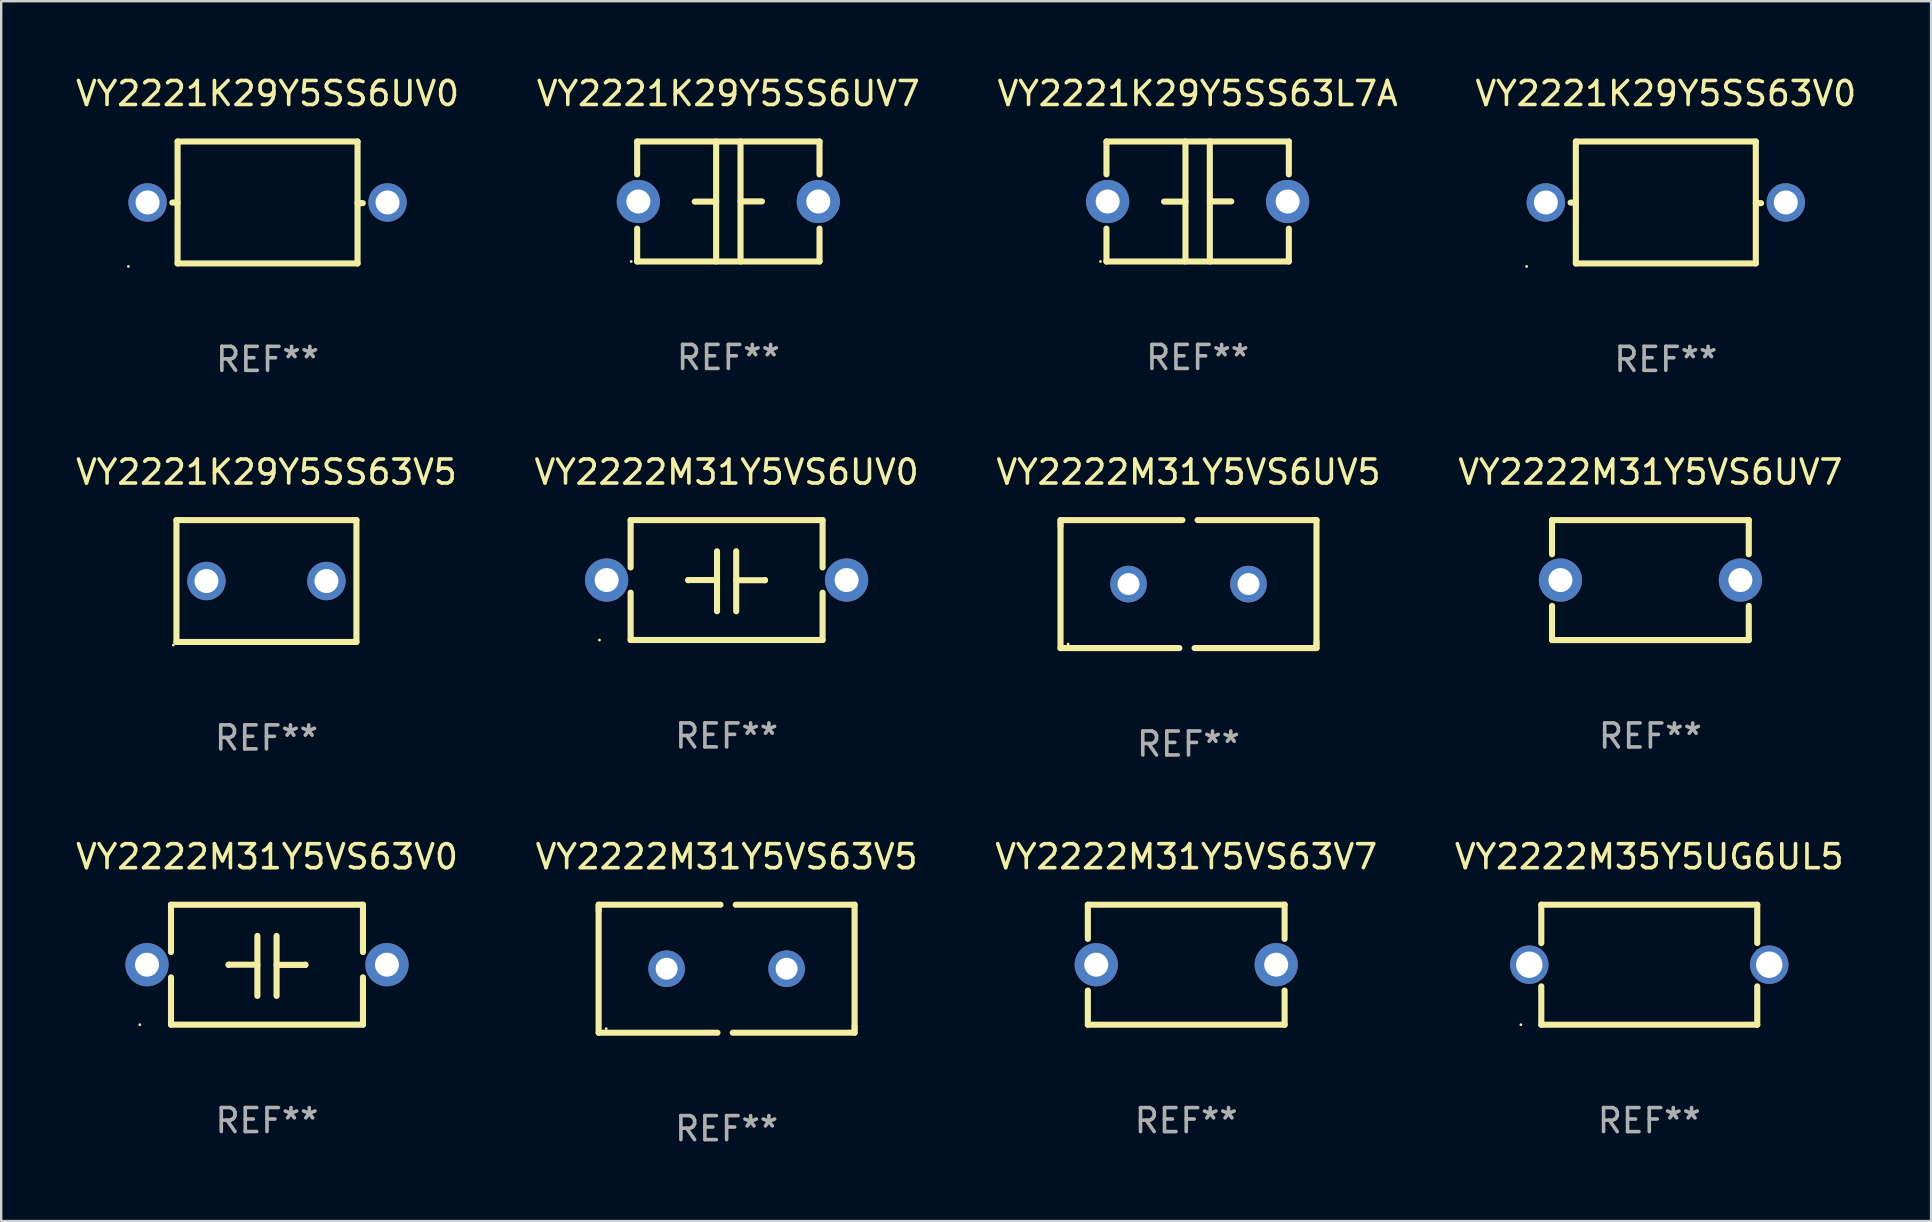
<source format=kicad_pcb>
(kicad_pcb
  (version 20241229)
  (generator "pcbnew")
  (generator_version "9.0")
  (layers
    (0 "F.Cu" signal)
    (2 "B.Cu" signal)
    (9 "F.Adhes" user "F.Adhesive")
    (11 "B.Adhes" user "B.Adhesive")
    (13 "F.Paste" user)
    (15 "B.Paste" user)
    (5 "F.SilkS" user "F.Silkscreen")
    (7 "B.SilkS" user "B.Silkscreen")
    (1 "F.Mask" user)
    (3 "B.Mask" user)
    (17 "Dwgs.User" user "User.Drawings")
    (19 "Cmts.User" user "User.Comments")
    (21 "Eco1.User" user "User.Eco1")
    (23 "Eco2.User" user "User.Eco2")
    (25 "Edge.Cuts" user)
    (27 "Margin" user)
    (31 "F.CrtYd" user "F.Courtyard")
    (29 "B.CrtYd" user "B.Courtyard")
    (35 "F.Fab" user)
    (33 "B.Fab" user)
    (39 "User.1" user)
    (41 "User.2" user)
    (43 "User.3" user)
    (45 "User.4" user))
  (footprint "VY2221K29Y5SS63V5"
    (layer "F.Cu")
    (at 8.054 21.165)
    (property "Reference" "VY2221K29Y5SS63V5" (at 0 -4.54 0) (layer "F.SilkS") (effects (font (size 1 1) (thickness 0.15))))
    (attr through_hole)
    (fp_line (start -3.75 -2.54) (end 3.75 -2.54) (stroke (width 0.254) (type solid)) (layer "F.SilkS"))
    (fp_line (start -3.75 2.54) (end -3.75 -2.54) (stroke (width 0.254) (type solid)) (layer "F.SilkS"))
    (fp_line (start 3.75 -2.54) (end 3.75 2.54) (stroke (width 0.254) (type solid)) (layer "F.SilkS"))
    (fp_line (start 3.75 2.54) (end -3.75 2.54) (stroke (width 0.254) (type solid)) (layer "F.SilkS"))
    (fp_circle (center -3.877 2.667) (end -3.847 2.667) (stroke (width 0.06) (type solid)) (fill no) (layer "F.SilkS"))
    (fp_text user "REF**" (at 0 6.54 0) (layer "F.Fab") (effects (font (size 1 1) (thickness 0.15))))
    (pad "1" thru_hole circle (at -2.5 0) (size 1.6 1.6) (drill 1) (layers "*.Cu" "*.Mask"))
    (pad "2" thru_hole circle (at 2.5 0) (size 1.6 1.6) (drill 1) (layers "*.Cu" "*.Mask")))
  (footprint "VY2222M31Y5VS63V5"
    (layer "F.Cu")
    (at 27.232 37.322)
    (property "Reference" "VY2222M31Y5VS63V5" (at 0 -4.667 0) (layer "F.SilkS") (effects (font (size 1 1) (thickness 0.15))))
    (attr through_hole)
    (fp_line (start -5.334 -2.667) (end -0.254 -2.667) (stroke (width 0.254) (type solid)) (layer "F.SilkS"))
    (fp_line (start -5.334 -2.54) (end -5.334 -2.667) (stroke (width 0.254) (type solid)) (layer "F.SilkS"))
    (fp_line (start -5.334 -2.413) (end -5.334 -2.54) (stroke (width 0.254) (type solid)) (layer "F.SilkS"))
    (fp_line (start -5.334 2.667) (end -5.334 -2.413) (stroke (width 0.254) (type solid)) (layer "F.SilkS"))
    (fp_line (start -0.381 2.667) (end -5.334 2.667) (stroke (width 0.254) (type solid)) (layer "F.SilkS"))
    (fp_line (start 0.381 -2.667) (end 5.334 -2.667) (stroke (width 0.254) (type solid)) (layer "F.SilkS"))
    (fp_line (start 5.334 -2.667) (end 5.334 2.413) (stroke (width 0.254) (type solid)) (layer "F.SilkS"))
    (fp_line (start 5.334 2.413) (end 5.334 2.54) (stroke (width 0.254) (type solid)) (layer "F.SilkS"))
    (fp_line (start 5.334 2.54) (end 5.334 2.667) (stroke (width 0.254) (type solid)) (layer "F.SilkS"))
    (fp_line (start 5.334 2.667) (end 0.254 2.667) (stroke (width 0.254) (type solid)) (layer "F.SilkS"))
    (fp_circle (center -5.017 2.5) (end -4.987 2.5) (stroke (width 0.06) (type solid)) (fill no) (layer "F.SilkS"))
    (fp_text user "REF**" (at 0 6.667 0) (layer "F.Fab") (effects (font (size 1 1) (thickness 0.15))))
    (pad "1" thru_hole circle (at -2.5 0) (size 1.524 1.524) (drill 0.914) (layers "*.Cu" "*.Mask"))
    (pad "2" thru_hole circle (at 2.5 0) (size 1.524 1.524) (drill 0.914) (layers "*.Cu" "*.Mask")))
  (footprint "VY2221K29Y5SS6UV7"
    (layer "F.Cu")
    (at 27.304 5.348)
    (property "Reference" "VY2221K29Y5SS6UV7" (at 0 -4.5 0) (layer "F.SilkS") (effects (font (size 1 1) (thickness 0.15))))
    (attr through_hole)
    (fp_line (start -3.8 -2.5) (end -3.8 -1.13) (stroke (width 0.254) (type solid)) (layer "F.SilkS"))
    (fp_line (start -3.8 -2.5) (end 3.8 -2.5) (stroke (width 0.254) (type solid)) (layer "F.SilkS"))
    (fp_line (start -3.8 1.13) (end -3.8 2.5) (stroke (width 0.254) (type solid)) (layer "F.SilkS"))
    (fp_line (start -3.8 2.5) (end 3.8 2.5) (stroke (width 0.254) (type solid)) (layer "F.SilkS"))
    (fp_line (start -0.508 0.004) (end -1.4 0.004) (stroke (width 0.254) (type solid)) (layer "F.SilkS"))
    (fp_line (start -0.508 2.5) (end -0.508 -2.5) (stroke (width 0.254) (type solid)) (layer "F.SilkS"))
    (fp_line (start 0.508 -2.5) (end 0.508 2.5) (stroke (width 0.254) (type solid)) (layer "F.SilkS"))
    (fp_line (start 0.508 -0.004) (end 1.4 -0.004) (stroke (width 0.254) (type solid)) (layer "F.SilkS"))
    (fp_line (start 3.8 -2.5) (end 3.8 -1.13) (stroke (width 0.254) (type solid)) (layer "F.SilkS"))
    (fp_line (start 3.8 1.13) (end 3.8 2.5) (stroke (width 0.254) (type solid)) (layer "F.SilkS"))
    (fp_circle (center -4.05 2.5) (end -4.02 2.5) (stroke (width 0.06) (type solid)) (fill no) (layer "F.SilkS"))
    (fp_text user "REF**" (at 0 6.5 0) (layer "F.Fab") (effects (font (size 1 1) (thickness 0.15))))
    (pad "1" thru_hole circle (at -3.75 0.000127) (size 1.8 1.8) (drill 1) (layers "*.Cu" "*.Mask"))
    (pad "2" thru_hole circle (at 3.75 0.000127) (size 1.8 1.8) (drill 1) (layers "*.Cu" "*.Mask")))
  (footprint "VY2221K29Y5SS63V0"
    (layer "F.Cu")
    (at 66.375 5.388)
    (property "Reference" "VY2221K29Y5SS63V0" (at 0 -4.54 0) (layer "F.SilkS") (effects (font (size 1 1) (thickness 0.15))))
    (attr through_hole)
    (fp_line (start -3.75 -2.54) (end 3.75 -2.54) (stroke (width 0.254) (type solid)) (layer "F.SilkS"))
    (fp_line (start -3.75 0.006) (end -3.969 0.006) (stroke (width 0.254) (type solid)) (layer "F.SilkS"))
    (fp_line (start -3.75 2.54) (end -3.75 -2.54) (stroke (width 0.254) (type solid)) (layer "F.SilkS"))
    (fp_line (start 3.75 -2.54) (end 3.75 2.54) (stroke (width 0.254) (type solid)) (layer "F.SilkS"))
    (fp_line (start 3.75 0.028) (end 3.969 0.028) (stroke (width 0.254) (type solid)) (layer "F.SilkS"))
    (fp_line (start 3.75 2.54) (end -3.75 2.54) (stroke (width 0.254) (type solid)) (layer "F.SilkS"))
    (fp_circle (center -5.8 2.667) (end -5.77 2.667) (stroke (width 0.06) (type solid)) (fill no) (layer "F.SilkS"))
    (fp_text user "REF**" (at 0 6.54 0) (layer "F.Fab") (effects (font (size 1 1) (thickness 0.15))))
    (pad "1" thru_hole circle (at -5 0) (size 1.6 1.6) (drill 1) (layers "*.Cu" "*.Mask"))
    (pad "2" thru_hole circle (at 5 0) (size 1.6 1.6) (drill 1) (layers "*.Cu" "*.Mask")))
  (footprint "VY2222M31Y5VS63V7"
    (layer "F.Cu")
    (at 46.387 37.155)
    (property "Reference" "VY2222M31Y5VS63V7" (at 0 -4.5 0) (layer "F.SilkS") (effects (font (size 1 1) (thickness 0.15))))
    (attr through_hole)
    (fp_line (start -4.1 -2.5) (end -4.1 -1.076) (stroke (width 0.254) (type solid)) (layer "F.SilkS"))
    (fp_line (start -4.1 -2.5) (end 4.1 -2.5) (stroke (width 0.254) (type solid)) (layer "F.SilkS"))
    (fp_line (start -4.1 1.076) (end -4.1 2.5) (stroke (width 0.254) (type solid)) (layer "F.SilkS"))
    (fp_line (start -4.1 2.5) (end 4.1 2.5) (stroke (width 0.254) (type solid)) (layer "F.SilkS"))
    (fp_line (start 4.1 -2.5) (end 4.1 -1.076) (stroke (width 0.254) (type solid)) (layer "F.SilkS"))
    (fp_line (start 4.1 1.076) (end 4.1 2.5) (stroke (width 0.254) (type solid)) (layer "F.SilkS"))
    (fp_circle (center -4.1 2.5) (end -4.07 2.5) (stroke (width 0.06) (type solid)) (fill no) (layer "F.SilkS"))
    (fp_text user "REF**" (at 0 6.5 0) (layer "F.Fab") (effects (font (size 1 1) (thickness 0.15))))
    (pad "1" thru_hole circle (at -3.75 0.000127) (size 1.8 1.8) (drill 1) (layers "*.Cu" "*.Mask"))
    (pad "2" thru_hole circle (at 3.75 0.000127) (size 1.8 1.8) (drill 1) (layers "*.Cu" "*.Mask")))
  (footprint "VY2222M31Y5VS6UV5"
    (layer "F.Cu")
    (at 46.482 21.292)
    (property "Reference" "VY2222M31Y5VS6UV5" (at 0 -4.667 0) (layer "F.SilkS") (effects (font (size 1 1) (thickness 0.15))))
    (attr through_hole)
    (fp_line (start -5.334 -2.667) (end -0.254 -2.667) (stroke (width 0.254) (type solid)) (layer "F.SilkS"))
    (fp_line (start -5.334 -2.54) (end -5.334 -2.667) (stroke (width 0.254) (type solid)) (layer "F.SilkS"))
    (fp_line (start -5.334 -2.413) (end -5.334 -2.54) (stroke (width 0.254) (type solid)) (layer "F.SilkS"))
    (fp_line (start -5.334 2.667) (end -5.334 -2.413) (stroke (width 0.254) (type solid)) (layer "F.SilkS"))
    (fp_line (start -0.381 2.667) (end -5.334 2.667) (stroke (width 0.254) (type solid)) (layer "F.SilkS"))
    (fp_line (start 0.381 -2.667) (end 5.334 -2.667) (stroke (width 0.254) (type solid)) (layer "F.SilkS"))
    (fp_line (start 5.334 -2.667) (end 5.334 2.413) (stroke (width 0.254) (type solid)) (layer "F.SilkS"))
    (fp_line (start 5.334 2.413) (end 5.334 2.54) (stroke (width 0.254) (type solid)) (layer "F.SilkS"))
    (fp_line (start 5.334 2.54) (end 5.334 2.667) (stroke (width 0.254) (type solid)) (layer "F.SilkS"))
    (fp_line (start 5.334 2.667) (end 0.254 2.667) (stroke (width 0.254) (type solid)) (layer "F.SilkS"))
    (fp_circle (center -5.017 2.5) (end -4.987 2.5) (stroke (width 0.06) (type solid)) (fill no) (layer "F.SilkS"))
    (fp_text user "REF**" (at 0 6.667 0) (layer "F.Fab") (effects (font (size 1 1) (thickness 0.15))))
    (pad "1" thru_hole circle (at -2.5 0) (size 1.524 1.524) (drill 0.914) (layers "*.Cu" "*.Mask"))
    (pad "2" thru_hole circle (at 2.5 0) (size 1.524 1.524) (drill 0.914) (layers "*.Cu" "*.Mask")))
  (footprint "VY2222M31Y5VS6UV7"
    (layer "F.Cu")
    (at 65.732 21.125)
    (property "Reference" "VY2222M31Y5VS6UV7" (at 0 -4.5 0) (layer "F.SilkS") (effects (font (size 1 1) (thickness 0.15))))
    (attr through_hole)
    (fp_line (start -4.1 -2.5) (end -4.1 -1.076) (stroke (width 0.254) (type solid)) (layer "F.SilkS"))
    (fp_line (start -4.1 -2.5) (end 4.1 -2.5) (stroke (width 0.254) (type solid)) (layer "F.SilkS"))
    (fp_line (start -4.1 1.076) (end -4.1 2.5) (stroke (width 0.254) (type solid)) (layer "F.SilkS"))
    (fp_line (start -4.1 2.5) (end 4.1 2.5) (stroke (width 0.254) (type solid)) (layer "F.SilkS"))
    (fp_line (start 4.1 -2.5) (end 4.1 -1.076) (stroke (width 0.254) (type solid)) (layer "F.SilkS"))
    (fp_line (start 4.1 1.076) (end 4.1 2.5) (stroke (width 0.254) (type solid)) (layer "F.SilkS"))
    (fp_circle (center -4.1 2.5) (end -4.07 2.5) (stroke (width 0.06) (type solid)) (fill no) (layer "F.SilkS"))
    (fp_text user "REF**" (at 0 6.5 0) (layer "F.Fab") (effects (font (size 1 1) (thickness 0.15))))
    (pad "1" thru_hole circle (at -3.75 0.000127) (size 1.8 1.8) (drill 1) (layers "*.Cu" "*.Mask"))
    (pad "2" thru_hole circle (at 3.75 0.000127) (size 1.8 1.8) (drill 1) (layers "*.Cu" "*.Mask")))
  (footprint "VY2222M35Y5UG6UL5"
    (layer "F.Cu")
    (at 65.685 37.155)
    (property "Reference" "VY2222M35Y5UG6UL5" (at 0 -4.5 0) (layer "F.SilkS") (effects (font (size 1 1) (thickness 0.15))))
    (attr through_hole)
    (fp_line (start -4.5 -2.5) (end 4.5 -2.5) (stroke (width 0.254) (type solid)) (layer "F.SilkS"))
    (fp_line (start -4.5 -0.901) (end -4.5 -2.5) (stroke (width 0.254) (type solid)) (layer "F.SilkS"))
    (fp_line (start -4.5 2.5) (end -4.5 0.901) (stroke (width 0.254) (type solid)) (layer "F.SilkS"))
    (fp_line (start -4.5 2.5) (end 4.5 2.5) (stroke (width 0.254) (type solid)) (layer "F.SilkS"))
    (fp_line (start 4.5 -0.901) (end 4.5 -2.5) (stroke (width 0.254) (type solid)) (layer "F.SilkS"))
    (fp_line (start 4.5 2.5) (end 4.5 0.901) (stroke (width 0.254) (type solid)) (layer "F.SilkS"))
    (fp_circle (center -5.35 2.5) (end -5.32 2.5) (stroke (width 0.06) (type solid)) (fill no) (layer "F.SilkS"))
    (fp_text user "REF**" (at 0 6.5 0) (layer "F.Fab") (effects (font (size 1 1) (thickness 0.15))))
    (pad "1" thru_hole circle (at -5 0) (size 1.6 1.6) (drill 1.1) (layers "*.Cu" "*.Mask"))
    (pad "2" thru_hole circle (at 5 0) (size 1.6 1.6) (drill 1.1) (layers "*.Cu" "*.Mask")))
  (footprint "VY2222M31Y5VS6UV0"
    (layer "F.Cu")
    (at 27.232 21.124)
    (property "Reference" "VY2222M31Y5VS6UV0" (at 0 -4.499 0) (layer "F.SilkS") (effects (font (size 1 1) (thickness 0.15))))
    (attr through_hole)
    (fp_line (start -4 -2.499) (end -4 -0.526) (stroke (width 0.254) (type solid)) (layer "F.SilkS"))
    (fp_line (start -4 -2.499) (end 4 -2.499) (stroke (width 0.254) (type solid)) (layer "F.SilkS"))
    (fp_line (start -4 0.526) (end -4 2.499) (stroke (width 0.254) (type solid)) (layer "F.SilkS"))
    (fp_line (start -1.6 0) (end -1.6 0.007) (stroke (width 0.254) (type solid)) (layer "F.SilkS"))
    (fp_line (start -0.4 0) (end -1.6 0) (stroke (width 0.254) (type solid)) (layer "F.SilkS"))
    (fp_line (start -0.4 1.3) (end -0.4 -1.2) (stroke (width 0.254) (type solid)) (layer "F.SilkS"))
    (fp_line (start 0.4 -1.2) (end 0.4 1.3) (stroke (width 0.254) (type solid)) (layer "F.SilkS"))
    (fp_line (start 0.4 0.007) (end 1.6 0.007) (stroke (width 0.254) (type solid)) (layer "F.SilkS"))
    (fp_line (start 1.6 0.007) (end 1.6 0) (stroke (width 0.254) (type solid)) (layer "F.SilkS"))
    (fp_line (start 4 -2.499) (end 4 -0.526) (stroke (width 0.254) (type solid)) (layer "F.SilkS"))
    (fp_line (start 4 0.526) (end 4 2.499) (stroke (width 0.254) (type solid)) (layer "F.SilkS"))
    (fp_line (start 4 2.499) (end -4 2.499) (stroke (width 0.254) (type solid)) (layer "F.SilkS"))
    (fp_circle (center -5.3 2.5) (end -5.27 2.5) (stroke (width 0.06) (type solid)) (fill no) (layer "F.SilkS"))
    (fp_text user "REF**" (at 0 6.499 0) (layer "F.Fab") (effects (font (size 1 1) (thickness 0.15))))
    (pad "1" thru_hole circle (at -5 0) (size 1.8 1.8) (drill 1) (layers "*.Cu" "*.Mask"))
    (pad "2" thru_hole circle (at 5 0) (size 1.8 1.8) (drill 1) (layers "*.Cu" "*.Mask")))
  (footprint "VY2221K29Y5SS63L7A"
    (layer "F.Cu")
    (at 46.863 5.348)
    (property "Reference" "VY2221K29Y5SS63L7A" (at 0 -4.5 0) (layer "F.SilkS") (effects (font (size 1 1) (thickness 0.15))))
    (attr through_hole)
    (fp_line (start -3.8 -2.5) (end -3.8 -1.13) (stroke (width 0.254) (type solid)) (layer "F.SilkS"))
    (fp_line (start -3.8 -2.5) (end 3.8 -2.5) (stroke (width 0.254) (type solid)) (layer "F.SilkS"))
    (fp_line (start -3.8 1.13) (end -3.8 2.5) (stroke (width 0.254) (type solid)) (layer "F.SilkS"))
    (fp_line (start -3.8 2.5) (end 3.8 2.5) (stroke (width 0.254) (type solid)) (layer "F.SilkS"))
    (fp_line (start -0.508 0.004) (end -1.4 0.004) (stroke (width 0.254) (type solid)) (layer "F.SilkS"))
    (fp_line (start -0.508 2.5) (end -0.508 -2.5) (stroke (width 0.254) (type solid)) (layer "F.SilkS"))
    (fp_line (start 0.508 -2.5) (end 0.508 2.5) (stroke (width 0.254) (type solid)) (layer "F.SilkS"))
    (fp_line (start 0.508 -0.004) (end 1.4 -0.004) (stroke (width 0.254) (type solid)) (layer "F.SilkS"))
    (fp_line (start 3.8 -2.5) (end 3.8 -1.13) (stroke (width 0.254) (type solid)) (layer "F.SilkS"))
    (fp_line (start 3.8 1.13) (end 3.8 2.5) (stroke (width 0.254) (type solid)) (layer "F.SilkS"))
    (fp_circle (center -4.05 2.5) (end -4.02 2.5) (stroke (width 0.06) (type solid)) (fill no) (layer "F.SilkS"))
    (fp_text user "REF**" (at 0 6.5 0) (layer "F.Fab") (effects (font (size 1 1) (thickness 0.15))))
    (pad "1" thru_hole circle (at -3.75 0.000127) (size 1.8 1.8) (drill 1) (layers "*.Cu" "*.Mask"))
    (pad "2" thru_hole circle (at 3.75 0.000127) (size 1.8 1.8) (drill 1) (layers "*.Cu" "*.Mask")))
  (footprint "VY2221K29Y5SS6UV0"
    (layer "F.Cu")
    (at 8.101 5.388)
    (property "Reference" "VY2221K29Y5SS6UV0" (at 0 -4.54 0) (layer "F.SilkS") (effects (font (size 1 1) (thickness 0.15))))
    (attr through_hole)
    (fp_line (start -3.75 -2.54) (end 3.75 -2.54) (stroke (width 0.254) (type solid)) (layer "F.SilkS"))
    (fp_line (start -3.75 0.006) (end -3.969 0.006) (stroke (width 0.254) (type solid)) (layer "F.SilkS"))
    (fp_line (start -3.75 2.54) (end -3.75 -2.54) (stroke (width 0.254) (type solid)) (layer "F.SilkS"))
    (fp_line (start 3.75 -2.54) (end 3.75 2.54) (stroke (width 0.254) (type solid)) (layer "F.SilkS"))
    (fp_line (start 3.75 0.028) (end 3.969 0.028) (stroke (width 0.254) (type solid)) (layer "F.SilkS"))
    (fp_line (start 3.75 2.54) (end -3.75 2.54) (stroke (width 0.254) (type solid)) (layer "F.SilkS"))
    (fp_circle (center -5.8 2.667) (end -5.77 2.667) (stroke (width 0.06) (type solid)) (fill no) (layer "F.SilkS"))
    (fp_text user "REF**" (at 0 6.54 0) (layer "F.Fab") (effects (font (size 1 1) (thickness 0.15))))
    (pad "1" thru_hole circle (at -5 0) (size 1.6 1.6) (drill 1) (layers "*.Cu" "*.Mask"))
    (pad "2" thru_hole circle (at 5 0) (size 1.6 1.6) (drill 1) (layers "*.Cu" "*.Mask")))
  (footprint "VY2222M31Y5VS63V0"
    (layer "F.Cu")
    (at 8.077 37.155)
    (property "Reference" "VY2222M31Y5VS63V0" (at 0 -4.499 0) (layer "F.SilkS") (effects (font (size 1 1) (thickness 0.15))))
    (attr through_hole)
    (fp_line (start -4 -2.499) (end -4 -0.526) (stroke (width 0.254) (type solid)) (layer "F.SilkS"))
    (fp_line (start -4 -2.499) (end 4 -2.499) (stroke (width 0.254) (type solid)) (layer "F.SilkS"))
    (fp_line (start -4 0.526) (end -4 2.499) (stroke (width 0.254) (type solid)) (layer "F.SilkS"))
    (fp_line (start -1.6 0) (end -1.6 0.007) (stroke (width 0.254) (type solid)) (layer "F.SilkS"))
    (fp_line (start -0.4 0) (end -1.6 0) (stroke (width 0.254) (type solid)) (layer "F.SilkS"))
    (fp_line (start -0.4 1.3) (end -0.4 -1.2) (stroke (width 0.254) (type solid)) (layer "F.SilkS"))
    (fp_line (start 0.4 -1.2) (end 0.4 1.3) (stroke (width 0.254) (type solid)) (layer "F.SilkS"))
    (fp_line (start 0.4 0.007) (end 1.6 0.007) (stroke (width 0.254) (type solid)) (layer "F.SilkS"))
    (fp_line (start 1.6 0.007) (end 1.6 0) (stroke (width 0.254) (type solid)) (layer "F.SilkS"))
    (fp_line (start 4 -2.499) (end 4 -0.526) (stroke (width 0.254) (type solid)) (layer "F.SilkS"))
    (fp_line (start 4 0.526) (end 4 2.499) (stroke (width 0.254) (type solid)) (layer "F.SilkS"))
    (fp_line (start 4 2.499) (end -4 2.499) (stroke (width 0.254) (type solid)) (layer "F.SilkS"))
    (fp_circle (center -5.3 2.5) (end -5.27 2.5) (stroke (width 0.06) (type solid)) (fill no) (layer "F.SilkS"))
    (fp_text user "REF**" (at 0 6.499 0) (layer "F.Fab") (effects (font (size 1 1) (thickness 0.15))))
    (pad "1" thru_hole circle (at -5 0) (size 1.8 1.8) (drill 1) (layers "*.Cu" "*.Mask"))
    (pad "2" thru_hole circle (at 5 0) (size 1.8 1.8) (drill 1) (layers "*.Cu" "*.Mask")))
  (gr_rect
    (start -3 -3)
    (end 77.429 47.838)
    (stroke (width 0.1) (type default))
    (fill no)
    (layer "Edge.Cuts")))
</source>
